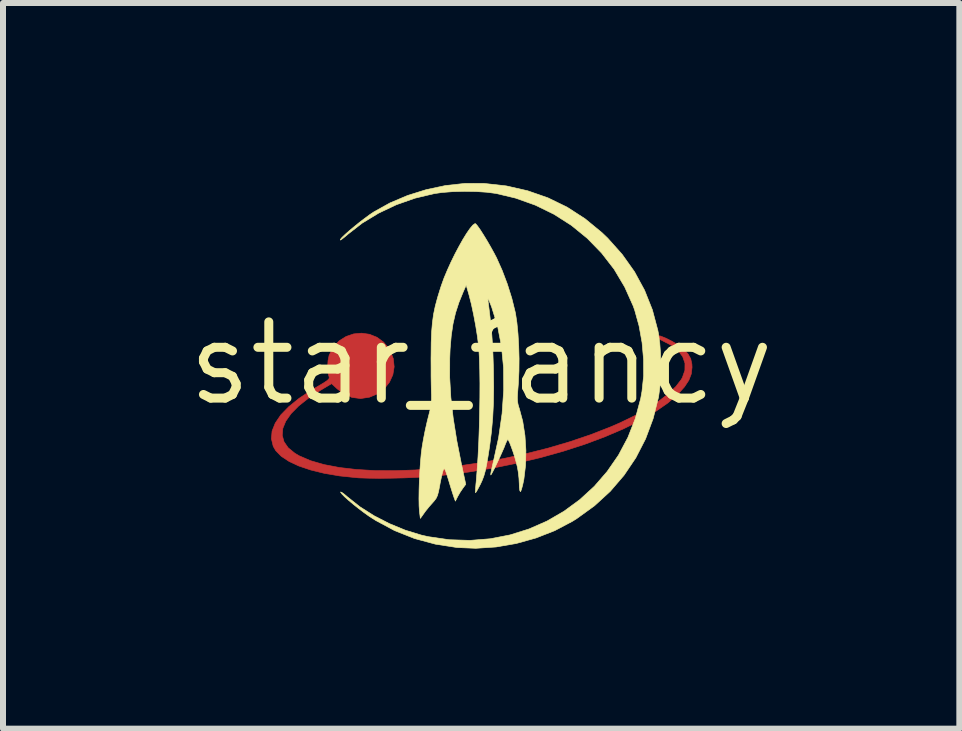
<source format=kicad_pcb>
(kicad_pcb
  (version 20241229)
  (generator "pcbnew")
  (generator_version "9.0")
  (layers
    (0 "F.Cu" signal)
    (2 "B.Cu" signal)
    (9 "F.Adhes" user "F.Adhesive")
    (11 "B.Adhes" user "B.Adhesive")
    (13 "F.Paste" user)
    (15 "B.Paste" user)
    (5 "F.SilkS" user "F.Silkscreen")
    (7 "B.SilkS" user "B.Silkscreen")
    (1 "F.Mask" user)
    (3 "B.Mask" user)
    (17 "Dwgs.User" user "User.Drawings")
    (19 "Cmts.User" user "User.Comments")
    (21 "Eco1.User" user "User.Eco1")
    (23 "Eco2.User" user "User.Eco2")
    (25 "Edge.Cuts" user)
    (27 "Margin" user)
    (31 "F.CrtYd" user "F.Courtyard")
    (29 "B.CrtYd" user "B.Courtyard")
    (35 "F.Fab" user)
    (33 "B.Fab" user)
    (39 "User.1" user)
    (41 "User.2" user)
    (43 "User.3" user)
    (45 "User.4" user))
  (footprint "star_fancy"
    (layer "F.Cu")
    (at 4.966 3.003)
    (property "Reference" "star_fancy" (at 0 0 0) (layer "F.SilkS") (effects (font (size 1.27 1.27) (thickness 0.15))))
    (attr through_hole)
    (fp_poly (pts (xy -1.861 -0.484) (xy -1.736 -0.434) (xy -1.624 -0.352) (xy -1.531 -0.239) (xy -1.517 -0.214) (xy -1.464 -0.079) (xy -1.449 0.058) (xy -1.471 0.191) (xy -1.527 0.314) (xy -1.613 0.422) (xy -1.727 0.508) (xy -1.859 0.564) (xy -2.008 0.587) (xy -2.152 0.568) (xy -2.289 0.508) (xy -2.398 0.425) (xy -2.491 0.339) (xy -2.676 0.449) (xy -2.877 0.581) (xy -3.041 0.711) (xy -3.167 0.839) (xy -3.255 0.964) (xy -3.304 1.084) (xy -3.314 1.199) (xy -3.284 1.307) (xy -3.215 1.407) (xy -3.105 1.497) (xy -3.033 1.54) (xy -2.843 1.622) (xy -2.618 1.687) (xy -2.361 1.736) (xy -2.077 1.769) (xy -1.769 1.787) (xy -1.441 1.789) (xy -1.095 1.777) (xy -0.737 1.75) (xy -0.37 1.709) (xy 0.003 1.654) (xy 0.378 1.586) (xy 0.752 1.505) (xy 1.12 1.412) (xy 1.479 1.306) (xy 1.825 1.189) (xy 2.155 1.06) (xy 2.321 0.988) (xy 2.559 0.872) (xy 2.774 0.751) (xy 2.963 0.628) (xy 3.121 0.505) (xy 3.246 0.385) (xy 3.334 0.27) (xy 3.353 0.237) (xy 3.395 0.116) (xy 3.396 -0.001) (xy 3.358 -0.111) (xy 3.282 -0.212) (xy 3.168 -0.301) (xy 3.043 -0.365) (xy 2.988 -0.394) (xy 2.952 -0.424) (xy 2.938 -0.448) (xy 2.951 -0.46) (xy 2.99 -0.454) (xy 3.08 -0.418) (xy 3.182 -0.366) (xy 3.28 -0.307) (xy 3.358 -0.249) (xy 3.373 -0.236) (xy 3.448 -0.154) (xy 3.492 -0.075) (xy 3.511 0.012) (xy 3.514 0.066) (xy 3.501 0.177) (xy 3.46 0.283) (xy 3.388 0.392) (xy 3.282 0.51) (xy 3.109 0.662) (xy 2.896 0.81) (xy 2.648 0.955) (xy 2.368 1.093) (xy 2.059 1.225) (xy 1.724 1.35) (xy 1.368 1.465) (xy 0.993 1.57) (xy 0.602 1.663) (xy 0.199 1.745) (xy -0.212 1.812) (xy -0.628 1.865) (xy -0.705 1.873) (xy -0.879 1.888) (xy -1.075 1.9) (xy -1.283 1.909) (xy -1.493 1.914) (xy -1.694 1.916) (xy -1.876 1.914) (xy -2.031 1.909) (xy -2.081 1.905) (xy -2.359 1.876) (xy -2.613 1.833) (xy -2.84 1.777) (xy -3.037 1.711) (xy -3.201 1.634) (xy -3.331 1.548) (xy -3.423 1.454) (xy -3.464 1.382) (xy -3.494 1.257) (xy -3.483 1.128) (xy -3.43 0.996) (xy -3.338 0.86) (xy -3.205 0.723) (xy -3.032 0.583) (xy -2.821 0.443) (xy -2.714 0.38) (xy -2.623 0.326) (xy -2.565 0.287) (xy -2.536 0.259) (xy -2.531 0.237) (xy -2.531 0.235) (xy -2.551 0.158) (xy -2.557 0.059) (xy -2.551 -0.044) (xy -2.533 -0.132) (xy -2.529 -0.142) (xy -2.459 -0.273) (xy -2.364 -0.375) (xy -2.25 -0.447) (xy -2.124 -0.49) (xy -1.992 -0.502) (xy -1.861 -0.484)) (stroke (width 0.01) (type solid)) (fill yes) (layer "F.Cu"))
    (fp_poly (pts (xy 2.99 -0.454) (xy 3.08 -0.418) (xy 3.182 -0.366) (xy 3.28 -0.307) (xy 3.358 -0.249) (xy 3.373 -0.236) (xy 3.448 -0.154) (xy 3.492 -0.075) (xy 3.511 0.012) (xy 3.514 0.066) (xy 3.501 0.177) (xy 3.46 0.283) (xy 3.388 0.392) (xy 3.282 0.51) (xy 3.109 0.662) (xy 2.896 0.81) (xy 2.648 0.955) (xy 2.368 1.093) (xy 2.059 1.225) (xy 1.724 1.35) (xy 1.368 1.465) (xy 0.993 1.57) (xy 0.602 1.663) (xy 0.199 1.745) (xy -0.212 1.812) (xy -0.628 1.865) (xy -0.705 1.873) (xy -0.879 1.888) (xy -1.075 1.9) (xy -1.283 1.909) (xy -1.493 1.914) (xy -1.694 1.916) (xy -1.876 1.914) (xy -2.031 1.909) (xy -2.081 1.905) (xy -2.379 1.873) (xy -2.646 1.827) (xy -2.88 1.767) (xy -3.08 1.694) (xy -3.242 1.609) (xy -3.344 1.532) (xy -3.428 1.441) (xy -3.475 1.345) (xy -3.492 1.232) (xy -3.493 1.214) (xy -3.479 1.109) (xy -3.436 1.004) (xy -3.361 0.893) (xy -3.251 0.772) (xy -3.251 0.771) (xy -3.134 0.664) (xy -3.006 0.564) (xy -2.857 0.465) (xy -2.682 0.365) (xy -2.474 0.257) (xy -2.447 0.244) (xy -2.133 0.09) (xy -2.305 0.074) (xy -2.386 0.065) (xy -2.449 0.055) (xy -2.484 0.045) (xy -2.487 0.042) (xy -2.473 0.033) (xy -2.425 0.023) (xy -2.354 0.013) (xy -2.328 0.011) (xy -2.217 -0.003) (xy -2.14 -0.025) (xy -2.091 -0.061) (xy -2.062 -0.118) (xy -2.046 -0.202) (xy -2.042 -0.241) (xy -2.031 -0.341) (xy -2.018 -0.401) (xy -2.006 -0.42) (xy -1.994 -0.397) (xy -1.983 -0.333) (xy -1.98 -0.314) (xy -1.965 -0.196) (xy -1.944 -0.113) (xy -1.912 -0.058) (xy -1.863 -0.024) (xy -1.789 -0.003) (xy -1.683 0.01) (xy -1.678 0.01) (xy -1.605 0.02) (xy -1.554 0.03) (xy -1.534 0.041) (xy -1.534 0.042) (xy -1.559 0.052) (xy -1.615 0.062) (xy -1.691 0.072) (xy -1.709 0.074) (xy -1.808 0.086) (xy -1.876 0.107) (xy -1.92 0.144) (xy -1.947 0.206) (xy -1.966 0.299) (xy -1.972 0.338) (xy -1.985 0.414) (xy -1.998 0.47) (xy -2.009 0.496) (xy -2.012 0.497) (xy -2.021 0.473) (xy -2.031 0.417) (xy -2.041 0.342) (xy -2.042 0.329) (xy -2.051 0.251) (xy -2.061 0.192) (xy -2.071 0.161) (xy -2.072 0.16) (xy -2.099 0.164) (xy -2.155 0.186) (xy -2.233 0.221) (xy -2.328 0.267) (xy -2.432 0.319) (xy -2.537 0.375) (xy -2.638 0.43) (xy -2.726 0.482) (xy -2.78 0.515) (xy -2.959 0.642) (xy -3.099 0.763) (xy -3.203 0.881) (xy -3.274 0.998) (xy -3.305 1.086) (xy -3.319 1.154) (xy -3.315 1.211) (xy -3.294 1.277) (xy -3.231 1.385) (xy -3.13 1.479) (xy -2.994 1.561) (xy -2.827 1.63) (xy -2.63 1.686) (xy -2.406 1.73) (xy -2.158 1.762) (xy -1.889 1.781) (xy -1.602 1.789) (xy -1.298 1.785) (xy -0.982 1.769) (xy -0.655 1.741) (xy -0.32 1.702) (xy 0.019 1.651) (xy 0.361 1.59) (xy 0.702 1.517) (xy 1.04 1.434) (xy 1.372 1.34) (xy 1.696 1.235) (xy 2.008 1.119) (xy 2.307 0.994) (xy 2.321 0.988) (xy 2.559 0.872) (xy 2.774 0.751) (xy 2.963 0.628) (xy 3.121 0.505) (xy 3.246 0.385) (xy 3.334 0.27) (xy 3.353 0.237) (xy 3.395 0.116) (xy 3.396 -0.001) (xy 3.358 -0.111) (xy 3.282 -0.212) (xy 3.168 -0.301) (xy 3.043 -0.365) (xy 2.988 -0.394) (xy 2.952 -0.424) (xy 2.938 -0.448) (xy 2.951 -0.46) (xy 2.99 -0.454)) (stroke (width 0.01) (type solid)) (fill yes) (layer "F.Mask"))
    (fp_poly (pts (xy 0.042 -2.998) (xy 0.418 -2.956) (xy 0.774 -2.875) (xy 1.113 -2.757) (xy 1.432 -2.602) (xy 1.732 -2.408) (xy 2.013 -2.177) (xy 2.108 -2.086) (xy 2.349 -1.816) (xy 2.555 -1.526) (xy 2.723 -1.217) (xy 2.853 -0.891) (xy 2.944 -0.549) (xy 2.956 -0.487) (xy 2.976 -0.335) (xy 2.989 -0.157) (xy 2.993 0.033) (xy 2.99 0.222) (xy 2.978 0.398) (xy 2.958 0.547) (xy 2.956 0.561) (xy 2.866 0.92) (xy 2.74 1.258) (xy 2.578 1.573) (xy 2.381 1.865) (xy 2.151 2.133) (xy 1.888 2.374) (xy 1.592 2.588) (xy 1.518 2.634) (xy 1.228 2.787) (xy 0.914 2.91) (xy 0.585 3.002) (xy 0.248 3.06) (xy -0.089 3.082) (xy -0.402 3.069) (xy -0.762 3.013) (xy -1.11 2.919) (xy -1.442 2.787) (xy -1.755 2.619) (xy -1.862 2.551) (xy -1.949 2.489) (xy -2.039 2.421) (xy -2.127 2.351) (xy -2.208 2.283) (xy -2.274 2.224) (xy -2.32 2.177) (xy -2.341 2.149) (xy -2.341 2.143) (xy -2.321 2.151) (xy -2.279 2.181) (xy -2.224 2.228) (xy -2.22 2.231) (xy -2.018 2.391) (xy -1.785 2.539) (xy -1.53 2.67) (xy -1.264 2.78) (xy -0.996 2.862) (xy -0.881 2.888) (xy -0.531 2.939) (xy -0.185 2.95) (xy 0.153 2.923) (xy 0.481 2.859) (xy 0.797 2.76) (xy 1.098 2.628) (xy 1.381 2.464) (xy 1.644 2.271) (xy 1.885 2.05) (xy 2.1 1.802) (xy 2.288 1.53) (xy 2.445 1.235) (xy 2.569 0.919) (xy 2.659 0.584) (xy 2.68 0.466) (xy 2.707 0.21) (xy 2.706 -0.065) (xy 2.681 -0.347) (xy 2.631 -0.624) (xy 2.559 -0.883) (xy 2.534 -0.954) (xy 2.392 -1.271) (xy 2.216 -1.567) (xy 2.007 -1.837) (xy 1.769 -2.082) (xy 1.504 -2.298) (xy 1.214 -2.483) (xy 0.903 -2.635) (xy 0.572 -2.753) (xy 0.248 -2.83) (xy 0.095 -2.85) (xy -0.085 -2.862) (xy -0.279 -2.865) (xy -0.473 -2.86) (xy -0.652 -2.846) (xy -0.783 -2.827) (xy -1.102 -2.751) (xy -1.412 -2.642) (xy -1.708 -2.502) (xy -1.981 -2.336) (xy -2.213 -2.156) (xy -2.272 -2.106) (xy -2.318 -2.07) (xy -2.343 -2.053) (xy -2.344 -2.053) (xy -2.345 -2.065) (xy -2.317 -2.098) (xy -2.266 -2.147) (xy -2.198 -2.208) (xy -2.117 -2.275) (xy -2.03 -2.346) (xy -1.941 -2.414) (xy -1.857 -2.476) (xy -1.787 -2.523) (xy -1.519 -2.672) (xy -1.224 -2.797) (xy -0.913 -2.894) (xy -0.593 -2.962) (xy -0.274 -2.997) (xy 0.035 -2.998) (xy 0.042 -2.998)) (stroke (width 0.01) (type solid)) (fill yes) (layer "F.SilkS"))
    (fp_poly (pts (xy -0.091 -2.325) (xy -0.061 -2.29) (xy -0.015 -2.225) (xy 0.04 -2.139) (xy 0.101 -2.039) (xy 0.162 -1.933) (xy 0.219 -1.83) (xy 0.257 -1.757) (xy 0.35 -1.549) (xy 0.437 -1.319) (xy 0.511 -1.083) (xy 0.566 -0.861) (xy 0.573 -0.83) (xy 0.596 -0.677) (xy 0.614 -0.493) (xy 0.626 -0.289) (xy 0.632 -0.078) (xy 0.63 0.13) (xy 0.621 0.323) (xy 0.617 0.375) (xy 0.608 0.488) (xy 0.604 0.569) (xy 0.606 0.629) (xy 0.614 0.68) (xy 0.628 0.731) (xy 0.636 0.754) (xy 0.693 0.966) (xy 0.73 1.203) (xy 0.746 1.452) (xy 0.74 1.699) (xy 0.712 1.932) (xy 0.71 1.942) (xy 0.692 2.027) (xy 0.674 2.093) (xy 0.66 2.132) (xy 0.654 2.138) (xy 0.644 2.119) (xy 0.637 2.068) (xy 0.635 2.006) (xy 0.63 1.912) (xy 0.617 1.803) (xy 0.603 1.725) (xy 0.584 1.648) (xy 0.559 1.56) (xy 0.53 1.47) (xy 0.5 1.387) (xy 0.474 1.32) (xy 0.453 1.279) (xy 0.444 1.27) (xy 0.43 1.288) (xy 0.41 1.332) (xy 0.403 1.349) (xy 0.38 1.409) (xy 0.346 1.486) (xy 0.307 1.573) (xy 0.266 1.66) (xy 0.227 1.741) (xy 0.193 1.807) (xy 0.17 1.849) (xy 0.16 1.86) (xy 0.161 1.837) (xy 0.171 1.782) (xy 0.188 1.705) (xy 0.201 1.65) (xy 0.291 1.239) (xy 0.349 0.837) (xy 0.376 0.446) (xy 0.373 0.07) (xy 0.338 -0.287) (xy 0.273 -0.622) (xy 0.177 -0.932) (xy 0.161 -0.974) (xy 0.133 -1.042) (xy 0.118 -1.074) (xy 0.113 -1.071) (xy 0.115 -1.038) (xy 0.117 -1.027) (xy 0.143 -0.817) (xy 0.163 -0.637) (xy 0.178 -0.474) (xy 0.189 -0.316) (xy 0.197 -0.15) (xy 0.203 0.036) (xy 0.205 0.11) (xy 0.209 0.4) (xy 0.205 0.661) (xy 0.193 0.903) (xy 0.172 1.14) (xy 0.141 1.383) (xy 0.115 1.551) (xy 0.091 1.688) (xy 0.069 1.793) (xy 0.045 1.878) (xy 0.017 1.951) (xy -0.012 2.014) (xy -0.048 2.082) (xy -0.076 2.133) (xy -0.092 2.155) (xy -0.094 2.156) (xy -0.095 2.133) (xy -0.092 2.078) (xy -0.086 2.003) (xy -0.083 1.979) (xy -0.067 1.78) (xy -0.052 1.557) (xy -0.04 1.317) (xy -0.031 1.068) (xy -0.025 0.817) (xy -0.021 0.569) (xy -0.02 0.333) (xy -0.023 0.115) (xy -0.029 -0.078) (xy -0.038 -0.239) (xy -0.043 -0.299) (xy -0.063 -0.453) (xy -0.091 -0.628) (xy -0.125 -0.809) (xy -0.162 -0.983) (xy -0.2 -1.132) (xy -0.209 -1.164) (xy -0.249 -1.302) (xy -0.296 -1.196) (xy -0.37 -1.014) (xy -0.427 -0.838) (xy -0.469 -0.656) (xy -0.498 -0.459) (xy -0.517 -0.237) (xy -0.523 -0.083) (xy -0.524 0.234) (xy -0.505 0.565) (xy -0.465 0.916) (xy -0.405 1.292) (xy -0.329 1.676) (xy -0.256 2.016) (xy -0.305 2.082) (xy -0.351 2.15) (xy -0.391 2.22) (xy -0.392 2.222) (xy -0.429 2.296) (xy -0.449 2.243) (xy -0.463 2.202) (xy -0.486 2.131) (xy -0.514 2.041) (xy -0.539 1.958) (xy -0.57 1.859) (xy -0.591 1.796) (xy -0.606 1.763) (xy -0.617 1.757) (xy -0.627 1.77) (xy -0.633 1.784) (xy -0.647 1.831) (xy -0.664 1.906) (xy -0.683 1.997) (xy -0.69 2.038) (xy -0.709 2.134) (xy -0.727 2.201) (xy -0.75 2.25) (xy -0.782 2.293) (xy -0.804 2.318) (xy -0.866 2.388) (xy -0.928 2.465) (xy -0.948 2.493) (xy -1.013 2.584) (xy -1.028 2.464) (xy -1.034 2.375) (xy -1.036 2.254) (xy -1.034 2.11) (xy -1.029 1.953) (xy -1.021 1.791) (xy -1.01 1.636) (xy -0.997 1.495) (xy -0.984 1.397) (xy -0.962 1.267) (xy -0.933 1.12) (xy -0.901 0.978) (xy -0.884 0.91) (xy -0.853 0.787) (xy -0.835 0.69) (xy -0.827 0.605) (xy -0.827 0.52) (xy -0.828 0.508) (xy -0.83 0.439) (xy -0.832 0.337) (xy -0.834 0.211) (xy -0.834 0.068) (xy -0.835 -0.082) (xy -0.834 -0.138) (xy -0.832 -0.346) (xy -0.825 -0.522) (xy -0.812 -0.675) (xy -0.793 -0.816) (xy -0.764 -0.954) (xy -0.725 -1.099) (xy -0.675 -1.261) (xy -0.663 -1.297) (xy -0.619 -1.419) (xy -0.564 -1.55) (xy -0.503 -1.685) (xy -0.437 -1.82) (xy -0.369 -1.948) (xy -0.303 -2.066) (xy -0.24 -2.168) (xy -0.184 -2.248) (xy -0.138 -2.303) (xy -0.104 -2.327) (xy -0.091 -2.325)) (stroke (width 0.01) (type solid)) (fill yes) (layer "F.SilkS")))
  (gr_rect
    (start -3 -3)
    (end 12.933 9.09)
    (stroke (width 0.1) (type default))
    (fill no)
    (layer "Edge.Cuts")))
</source>
